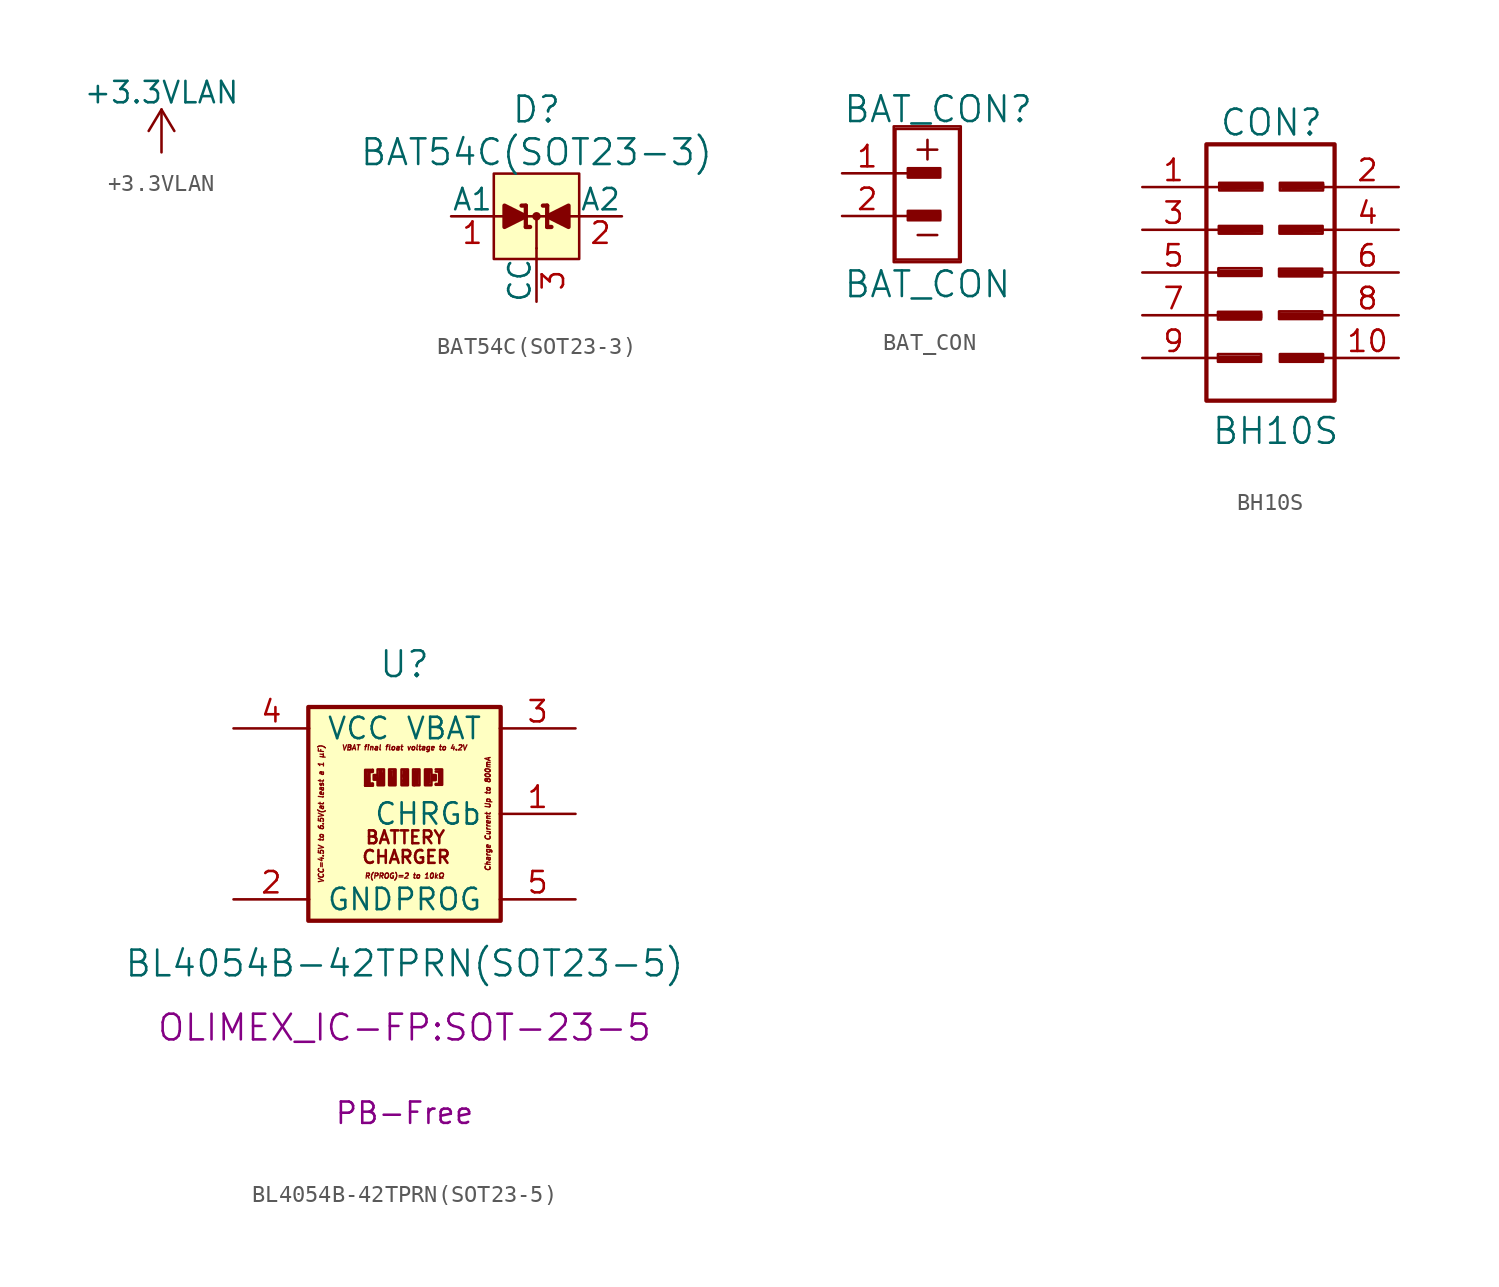
<source format=kicad_sym>
(kicad_symbol_lib
  (version 20231120)
  (generator "kicad_symbol_editor")
  (generator_version "8.0")
  (symbol "+3.3VLAN"
    (power)
    (pin_names
      (offset 0))
    (property "Reference" "#PWR"
      (at 0 -3.81 0)
      (effects (font (size 1.27 1.27)) (hide yes)))
    (property "Value" "+3.3VLAN"
      (at 0 3.556 0)
      (effects (font (size 1.27 1.27))))
    (property "Footprint" ""
      (at 0 0 0)
      (effects (font (size 1.524 1.524))))
    (property "Datasheet" ""
      (at 0 0 0)
      (effects (font (size 1.524 1.524))))
    (symbol "+3.3VLAN_0_1"
      (polyline (pts (xy -0.762 1.27) (xy 0 2.54)) (stroke (width 0) (type solid)) (fill (type none)))
      (polyline (pts (xy 0 0) (xy 0 2.54)) (stroke (width 0) (type solid)) (fill (type none)))
      (polyline (pts (xy 0 2.54) (xy 0.762 1.27)) (stroke (width 0) (type solid)) (fill (type none))))
    (symbol "+3.3VLAN_1_1"
      (pin power_in line (at 0 0 90) (length 0) hide (name "+3.3VLAN" (effects (font (size 1.27 1.27)))) (number "1" (effects (font (size 1.27 1.27)))))))
  (symbol "BAT54C(SOT23-3)"
    (pin_names
      (offset 0))
    (property "Reference" "D"
      (at 0 6.35 0)
      (effects (font (size 1.524 1.524))))
    (property "Value" "BAT54C(SOT23-3)"
      (at 0 3.81 0)
      (effects (font (size 1.524 1.524))))
    (symbol "BAT54C(SOT23-3)_0_1"
      (polyline (pts (xy -2.54 0) (xy 2.54 0)) (stroke (width 0) (type solid)) (fill (type none)))
      (polyline (pts (xy -0.889 0.635) (xy -0.635 0.635)) (stroke (width 0.254) (type solid)) (fill (type none)))
      (polyline (pts (xy -0.635 -0.635) (xy -0.381 -0.635)) (stroke (width 0.254) (type solid)) (fill (type none)))
      (polyline (pts (xy -0.635 0.635) (xy -0.635 -0.635)) (stroke (width 0.254) (type solid)) (fill (type none)))
      (polyline (pts (xy 0 -1.905) (xy 0 -2.54)) (stroke (width 0) (type solid)) (fill (type none)))
      (polyline (pts (xy 0 0) (xy 0 -1.905)) (stroke (width 0) (type solid)) (fill (type none)))
      (polyline (pts (xy 0.381 0.635) (xy 0.635 0.635)) (stroke (width 0.254) (type solid)) (fill (type none)))
      (polyline (pts (xy 0.635 -0.635) (xy 0.889 -0.635)) (stroke (width 0.254) (type solid)) (fill (type none)))
      (polyline (pts (xy 0.635 0.635) (xy 0.635 -0.635)) (stroke (width 0.254) (type solid)) (fill (type none)))
      (polyline (pts (xy -1.905 0.635) (xy -1.905 -0.635) (xy -0.635 0) (xy -1.905 0.635)) (stroke (width 0.254) (type solid)) (fill (type outline)))
      (polyline (pts (xy 1.905 0.635) (xy 1.905 -0.635) (xy 0.635 0) (xy 1.905 0.635)) (stroke (width 0.254) (type solid)) (fill (type outline)))
      (polyline (pts (xy -2.54 2.54) (xy 2.54 2.54) (xy 2.54 -2.54) (xy -2.54 -2.54) (xy -2.54 2.54)) (stroke (width 0) (type solid)) (fill (type background)))
      (circle (center 0 0) (radius 0.127) (stroke (width 0.254) (type solid)) (fill (type none))))
    (symbol "BAT54C(SOT23-3)_1_1"
      (pin passive line (at -5.08 0 0) (length 2.54) (name "A1" (effects (font (size 1.27 1.27)))) (number "1" (effects (font (size 1.27 1.27)))))
      (pin passive line (at 5.08 0 180) (length 2.54) (name "A2" (effects (font (size 1.27 1.27)))) (number "2" (effects (font (size 1.27 1.27)))))
      (pin passive line (at 0 -5.08 90) (length 2.54) (name "CC" (effects (font (size 1.27 1.27)))) (number "3" (effects (font (size 1.27 1.27)))))))
  (symbol "BAT_CON"
    (pin_names
      (offset 1.016))
    (property "Reference" "BAT_CON"
      (at 0.635 5.08 0)
      (effects (font (size 1.524 1.524))))
    (property "Value" "BAT_CON"
      (at 0 -5.334 0)
      (effects (font (size 1.524 1.524))))
    (property "Footprint" ""
      (at 0 0 0)
      (effects (font (size 1.524 1.524))))
    (property "Datasheet" ""
      (at 0 0 0)
      (effects (font (size 1.524 1.524))))
    (symbol "BAT_CON_0_0"
      (rectangle (start -2.007 4.064) (end 1.981 -4.013) (stroke (width 0) (type solid)) (fill (type none)))
      (rectangle (start -1.905 3.912) (end 1.88 -3.861) (stroke (width 0) (type solid)) (fill (type none)))
      (rectangle (start -1.168 -0.965) (end 0.762 -1.524) (stroke (width 0) (type solid)) (fill (type none)))
      (rectangle (start -1.168 1.575) (end 0.762 1.016) (stroke (width 0) (type solid)) (fill (type none)))
      (rectangle (start -1.041 1.372) (end 0.635 1.168) (stroke (width 0) (type solid)) (fill (type none)))
      (rectangle (start -0.94 -1.143) (end 0.737 -1.346) (stroke (width 0) (type solid)) (fill (type none)))
      (polyline (pts (xy -1.905 -1.27) (xy -1.143 -1.27)) (stroke (width 0) (type solid)) (fill (type none)))
      (polyline (pts (xy -1.905 1.27) (xy -1.143 1.27)) (stroke (width 0) (type solid)) (fill (type none)))
      (rectangle (start 0.686 1.245) (end -0.965 1.346) (stroke (width 0) (type solid)) (fill (type none)))
      (rectangle (start 0.711 -1.321) (end -0.94 -1.219) (stroke (width 0) (type solid)) (fill (type none)))
      (rectangle (start 0.711 1.118) (end -1.067 1.473) (stroke (width 0) (type solid)) (fill (type none)))
      (rectangle (start 0.737 -1.422) (end -1.041 -1.067) (stroke (width 0) (type solid)) (fill (type none)))
      (text "+" (at 0 2.794 0) (effects (font (size 1.524 1.524))))
      (text "-" (at 0 -2.286 0) (effects (font (size 1.524 1.524)))))
    (symbol "BAT_CON_1_1"
      (pin passive line (at -5.08 1.27 0) (length 2.997) (name "~" (effects (font (size 1.27 1.27)))) (number "1" (effects (font (size 1.27 1.27)))))
      (pin passive line (at -5.08 -1.27 0) (length 2.997) (name "~" (effects (font (size 1.27 1.27)))) (number "2" (effects (font (size 1.27 1.27)))))))
  (symbol "BH10S"
    (pin_names
      (offset 1.016) hide)
    (property "Reference" "CON"
      (at 0.051 8.915 0)
      (effects (font (size 1.524 1.524))))
    (property "Value" "BH10S"
      (at 0.305 -9.423 0)
      (effects (font (size 1.524 1.524))))
    (property "Footprint" ""
      (at -0.203 -1.194 0)
      (effects (font (size 1.524 1.524))))
    (property "Datasheet" ""
      (at -0.203 -1.194 0)
      (effects (font (size 1.524 1.524))))
    (symbol "BH10S_0_0"
      (rectangle (start -3.124 -4.851) (end -0.559 -5.309) (stroke (width 0) (type solid)) (fill (type none)))
      (rectangle (start -3.124 -2.337) (end -0.559 -2.794) (stroke (width 0) (type solid)) (fill (type none)))
      (rectangle (start -3.099 0.254) (end -0.533 -0.203) (stroke (width 0) (type solid)) (fill (type none)))
      (rectangle (start -3.073 2.769) (end -0.508 2.311) (stroke (width 0) (type solid)) (fill (type none)))
      (rectangle (start -3.048 5.334) (end -0.483 4.877) (stroke (width 0) (type solid)) (fill (type none)))
      (polyline (pts (xy -3.023 -5.004) (xy -0.584 -5.004) (xy -0.584 -5.232) (xy -2.997 -5.258) (xy -3.023 -5.08) (xy -0.711 -5.08) (xy -0.711 -5.156) (xy -2.997 -5.105)) (stroke (width 0) (type solid)) (fill (type none)))
      (polyline (pts (xy -3.023 0.102) (xy -0.584 0.102) (xy -0.584 -0.127) (xy -2.997 -0.152) (xy -3.023 0.025) (xy -0.711 0.025) (xy -0.711 -0.051) (xy -2.997 0)) (stroke (width 0) (type solid)) (fill (type none)))
      (polyline (pts (xy -2.997 -2.464) (xy -0.559 -2.464) (xy -0.559 -2.692) (xy -2.972 -2.718) (xy -2.997 -2.54) (xy -0.686 -2.54) (xy -0.686 -2.616) (xy -2.972 -2.565)) (stroke (width 0) (type solid)) (fill (type none)))
      (polyline (pts (xy -2.972 2.667) (xy -0.533 2.667) (xy -0.533 2.438) (xy -2.946 2.413) (xy -2.972 2.591) (xy -0.66 2.591) (xy -0.66 2.515) (xy -2.946 2.565)) (stroke (width 0) (type solid)) (fill (type none)))
      (polyline (pts (xy -2.946 5.232) (xy -0.508 5.232) (xy -0.508 5.004) (xy -2.921 4.978) (xy -2.946 5.156) (xy -0.635 5.156) (xy -0.635 5.08) (xy -2.921 5.131)) (stroke (width 0) (type solid)) (fill (type none)))
      (polyline (pts (xy 0.559 0.102) (xy 2.997 0.102) (xy 2.997 -0.127) (xy 0.584 -0.152) (xy 0.559 0.025) (xy 2.87 0.025) (xy 2.87 -0.051) (xy 0.584 0)) (stroke (width 0) (type solid)) (fill (type none)))
      (polyline (pts (xy 0.584 -2.438) (xy 3.023 -2.438) (xy 3.023 -2.667) (xy 0.61 -2.692) (xy 0.584 -2.515) (xy 2.896 -2.515) (xy 2.896 -2.591) (xy 0.61 -2.54)) (stroke (width 0) (type solid)) (fill (type none)))
      (polyline (pts (xy 0.584 2.667) (xy 3.023 2.667) (xy 3.023 2.438) (xy 0.61 2.413) (xy 0.584 2.591) (xy 2.896 2.591) (xy 2.896 2.515) (xy 0.61 2.565)) (stroke (width 0) (type solid)) (fill (type none)))
      (polyline (pts (xy 0.635 -4.953) (xy 3.073 -4.953) (xy 3.073 -5.182) (xy 0.66 -5.207) (xy 0.635 -5.029) (xy 2.946 -5.029) (xy 2.946 -5.105) (xy 0.66 -5.055)) (stroke (width 0) (type solid)) (fill (type none)))
      (polyline (pts (xy 0.686 5.232) (xy 3.124 5.232) (xy 3.124 5.004) (xy 0.711 4.978) (xy 0.686 5.156) (xy 2.997 5.156) (xy 2.997 5.08) (xy 0.711 5.131)) (stroke (width 0) (type solid)) (fill (type none)))
      (rectangle (start 0.508 -2.311) (end 3.073 -2.769) (stroke (width 0) (type solid)) (fill (type none)))
      (rectangle (start 0.508 0.229) (end 3.073 -0.229) (stroke (width 0) (type solid)) (fill (type none)))
      (rectangle (start 0.533 2.769) (end 3.099 2.311) (stroke (width 0) (type solid)) (fill (type none)))
      (rectangle (start 0.559 -4.851) (end 3.124 -5.309) (stroke (width 0) (type solid)) (fill (type none)))
      (rectangle (start 0.559 5.334) (end 3.124 4.877) (stroke (width 0) (type solid)) (fill (type none))))
    (symbol "BH10S_0_1"
      (rectangle (start -3.81 7.62) (end 3.81 -7.62) (stroke (width 0.254) (type solid)) (fill (type none)))
      (polyline (pts (xy -3.81 -5.08) (xy -3.048 -5.08)) (stroke (width 0) (type solid)) (fill (type none)))
      (polyline (pts (xy -3.81 -2.54) (xy -3.048 -2.54)) (stroke (width 0) (type solid)) (fill (type none)))
      (polyline (pts (xy -3.81 0) (xy -3.048 0)) (stroke (width 0) (type solid)) (fill (type none)))
      (polyline (pts (xy -3.81 2.54) (xy -3.048 2.54)) (stroke (width 0) (type solid)) (fill (type none)))
      (polyline (pts (xy -3.81 5.08) (xy -3.048 5.08)) (stroke (width 0) (type solid)) (fill (type none)))
      (polyline (pts (xy 3.81 -5.08) (xy 3.048 -5.08)) (stroke (width 0) (type solid)) (fill (type none)))
      (polyline (pts (xy 3.81 -2.54) (xy 3.048 -2.54)) (stroke (width 0) (type solid)) (fill (type none)))
      (polyline (pts (xy 3.81 0) (xy 3.048 0)) (stroke (width 0) (type solid)) (fill (type none)))
      (polyline (pts (xy 3.81 2.54) (xy 3.048 2.54)) (stroke (width 0) (type solid)) (fill (type none)))
      (polyline (pts (xy 3.81 5.08) (xy 3.048 5.08)) (stroke (width 0) (type solid)) (fill (type none))))
    (symbol "BH10S_1_1"
      (pin passive line (at -7.62 5.08 0) (length 3.708) (name "1" (effects (font (size 1.27 1.27)))) (number "1" (effects (font (size 1.27 1.27)))))
      (pin passive line (at 7.62 -5.08 180) (length 3.708) (name "10" (effects (font (size 1.27 1.27)))) (number "10" (effects (font (size 1.27 1.27)))))
      (pin passive line (at 7.62 5.08 180) (length 3.708) (name "2" (effects (font (size 1.27 1.27)))) (number "2" (effects (font (size 1.27 1.27)))))
      (pin passive line (at -7.62 2.54 0) (length 3.708) (name "3" (effects (font (size 1.27 1.27)))) (number "3" (effects (font (size 1.27 1.27)))))
      (pin passive line (at 7.62 2.54 180) (length 3.708) (name "4" (effects (font (size 1.27 1.27)))) (number "4" (effects (font (size 1.27 1.27)))))
      (pin passive line (at -7.62 0 0) (length 3.708) (name "5" (effects (font (size 1.27 1.27)))) (number "5" (effects (font (size 1.27 1.27)))))
      (pin passive line (at 7.62 0 180) (length 3.708) (name "6" (effects (font (size 1.27 1.27)))) (number "6" (effects (font (size 1.27 1.27)))))
      (pin passive line (at -7.62 -2.54 0) (length 3.708) (name "7" (effects (font (size 1.27 1.27)))) (number "7" (effects (font (size 1.27 1.27)))))
      (pin passive line (at 7.62 -2.54 180) (length 3.708) (name "8" (effects (font (size 1.27 1.27)))) (number "8" (effects (font (size 1.27 1.27)))))
      (pin passive line (at -7.62 -5.08 0) (length 3.708) (name "9" (effects (font (size 1.27 1.27)))) (number "9" (effects (font (size 1.27 1.27)))))))
  (symbol "BL4054B-42TPRN(SOT23-5)"
    (pin_names
      (offset 1.016))
    (property "Reference" "U"
      (at 0 8.89 0)
      (effects (font (size 1.524 1.524))))
    (property "Value" "BL4054B-42TPRN(SOT23-5)"
      (at 0 -8.89 0)
      (effects (font (size 1.524 1.524))))
    (property "Footprint" "OLIMEX_IC-FP:SOT-23-5"
      (at 0 -12.7 0)
      (effects (font (size 1.524 1.524))))
    (property "Datasheet" ""
      (at 0 0.635 0)
      (effects (font (size 1.524 1.524))))
    (property "Description" "PB-Free"
      (at 0 -17.78 0)
      (effects (font (size 1.27 1.27))))
    (symbol "BL4054B-42TPRN(SOT23-5)_0_0"
      (text "Charge Current Up to 800mA" (at 4.953 0 900) (effects (font (size 0.305 0.305) (italic yes))))
      (text "R(PROG)=2 to 10kΩ" (at 0 -3.683 0) (effects (font (size 0.305 0.305) (italic yes))))
      (text "VBAT final float voltage to 4.2V" (at 0 3.937 0) (effects (font (size 0.305 0.305) (italic yes))))
      (text "VCC=4.5V to 6.5V(at least a 1 μF)" (at -4.953 0 900) (effects (font (size 0.305 0.305) (italic yes)))))
    (symbol "BL4054B-42TPRN(SOT23-5)_1_0"
      (rectangle (start -1.219 1.702) (end -1.6 2.642) (stroke (width 0) (type solid)) (fill (type none)))
      (rectangle (start -0.533 1.702) (end -0.914 2.642) (stroke (width 0) (type solid)) (fill (type none)))
      (polyline (pts (xy -2.337 1.676) (xy -1.88 1.676)) (stroke (width 0) (type solid)) (fill (type none)))
      (polyline (pts (xy -2.337 1.702) (xy -1.88 1.702)) (stroke (width 0) (type solid)) (fill (type none)))
      (polyline (pts (xy -2.134 2.515) (xy -2.159 1.829)) (stroke (width 0) (type solid)) (fill (type none)))
      (polyline (pts (xy -2.108 2.134) (xy -2.134 1.727)) (stroke (width 0) (type solid)) (fill (type none)))
      (polyline (pts (xy -2.083 1.727) (xy -2.083 2.464)) (stroke (width 0) (type solid)) (fill (type none)))
      (polyline (pts (xy -2.057 2.489) (xy -1.905 2.489)) (stroke (width 0) (type solid)) (fill (type none)))
      (polyline (pts (xy -1.93 1.803) (xy -2.007 1.803)) (stroke (width 0) (type solid)) (fill (type none)))
      (polyline (pts (xy -1.88 1.727) (xy -1.88 1.803)) (stroke (width 0) (type solid)) (fill (type none)))
      (polyline (pts (xy -1.88 2.616) (xy -1.88 2.515)) (stroke (width 0) (type solid)) (fill (type none)))
      (polyline (pts (xy -0.864 2.565) (xy -0.686 1.905)) (stroke (width 0) (type solid)) (fill (type none)))
      (polyline (pts (xy -0.635 2.565) (xy -0.635 1.803)) (stroke (width 0) (type solid)) (fill (type none)))
      (polyline (pts (xy -0.076 2.286) (xy 0.025 1.829)) (stroke (width 0) (type solid)) (fill (type none)))
      (polyline (pts (xy -0.051 1.829) (xy -0.076 1.778)) (stroke (width 0) (type solid)) (fill (type none)))
      (polyline (pts (xy -0.051 2.21) (xy -0.025 2.591)) (stroke (width 0) (type solid)) (fill (type none)))
      (polyline (pts (xy 0 1.829) (xy -0.102 1.981)) (stroke (width 0) (type solid)) (fill (type none)))
      (polyline (pts (xy 0.076 1.803) (xy 0.102 2.54)) (stroke (width 0) (type solid)) (fill (type none)))
      (polyline (pts (xy 0.584 2.515) (xy 0.584 1.702)) (stroke (width 0) (type solid)) (fill (type none)))
      (polyline (pts (xy 1.499 2.464) (xy 1.473 2.565)) (stroke (width 0) (type solid)) (fill (type none)))
      (polyline (pts (xy 1.702 2.134) (xy 1.702 2.21)) (stroke (width 0) (type solid)) (fill (type none)))
      (polyline (pts (xy 2.032 1.778) (xy 1.854 1.778)) (stroke (width 0) (type solid)) (fill (type none)))
      (polyline (pts (xy 2.057 2.515) (xy 2.057 1.803)) (stroke (width 0) (type solid)) (fill (type none)))
      (polyline (pts (xy 2.108 2.515) (xy 1.854 2.515)) (stroke (width 0) (type solid)) (fill (type none)))
      (polyline (pts (xy -0.686 1.803) (xy -0.813 1.829) (xy -0.762 2.515)) (stroke (width 0) (type solid)) (fill (type none)))
      (polyline (pts (xy 1.422 2.515) (xy 1.397 2.565) (xy 1.473 2.565)) (stroke (width 0) (type solid)) (fill (type none)))
      (polyline (pts (xy 0.787 2.565) (xy 0.762 1.829) (xy 0.635 1.854) (xy 0.66 2.54)) (stroke (width 0) (type solid)) (fill (type none)))
      (polyline (pts (xy 1.321 2.54) (xy 1.321 1.829) (xy 1.473 1.854) (xy 1.448 2.464)) (stroke (width 0) (type solid)) (fill (type none)))
      (polyline (pts (xy -1.651 2.311) (xy -1.829 2.311) (xy -1.829 2.032) (xy -1.676 2.032) (xy -1.727 2.235)) (stroke (width 0) (type solid)) (fill (type none)))
      (polyline (pts (xy -1.27 1.778) (xy -1.372 2.565) (xy -1.422 1.778) (xy -1.448 2.591) (xy -1.524 1.829)) (stroke (width 0) (type solid)) (fill (type none)))
      (polyline (pts (xy 1.676 2.311) (xy 1.854 2.311) (xy 1.854 2.007) (xy 1.651 2.007) (xy 1.753 2.184) (xy 1.753 2.159)) (stroke (width 0) (type solid)) (fill (type none)))
      (polyline (pts (xy 1.854 2.642) (xy 2.235 2.642) (xy 2.235 1.727) (xy 1.854 1.727) (xy 2.134 1.727) (xy 2.134 2.591)) (stroke (width 0) (type solid)) (fill (type none)))
      (polyline (pts (xy -1.905 2.616) (xy -2.337 2.616) (xy -2.337 1.727) (xy -2.337 1.676) (xy -2.032 1.676) (xy -2.032 1.778) (xy -2.235 1.778) (xy -2.261 2.54) (xy -1.93 2.54) (xy -1.93 2.515) (xy -1.93 2.54)) (stroke (width 0) (type solid)) (fill (type none)))
      (rectangle (start 0.203 1.702) (end -0.178 2.642) (stroke (width 0) (type solid)) (fill (type none)))
      (rectangle (start 0.889 1.702) (end 0.508 2.642) (stroke (width 0) (type solid)) (fill (type none)))
      (rectangle (start 1.6 1.702) (end 1.219 2.642) (stroke (width 0) (type solid)) (fill (type none)))
      (text "BATTERY" (at 0.051 -1.397 0) (effects (font (size 0.762 0.762))))
      (text "CHARGER" (at 0.102 -2.565 0) (effects (font (size 0.762 0.762)))))
    (symbol "BL4054B-42TPRN(SOT23-5)_1_1"
      (polyline (pts (xy -5.715 6.35) (xy -5.715 -6.35) (xy 5.715 -6.35) (xy 5.715 6.35) (xy -5.715 6.35)) (stroke (width 0.254) (type solid)) (fill (type background)))
      (pin open_collector line (at 10.16 0 180) (length 4.496) (name "CHRGb" (effects (font (size 1.27 1.27)))) (number "1" (effects (font (size 1.27 1.27)))))
      (pin power_in line (at -10.16 -5.08 0) (length 4.496) (name "GND" (effects (font (size 1.27 1.27)))) (number "2" (effects (font (size 1.27 1.27)))))
      (pin output line (at 10.16 5.08 180) (length 4.496) (name "VBAT" (effects (font (size 1.27 1.27)))) (number "3" (effects (font (size 1.27 1.27)))))
      (pin power_in line (at -10.16 5.08 0) (length 4.496) (name "VCC" (effects (font (size 1.27 1.27)))) (number "4" (effects (font (size 1.27 1.27)))))
      (pin input line (at 10.16 -5.08 180) (length 4.496) (name "PROG" (effects (font (size 1.27 1.27)))) (number "5" (effects (font (size 1.27 1.27))))))))
</source>
